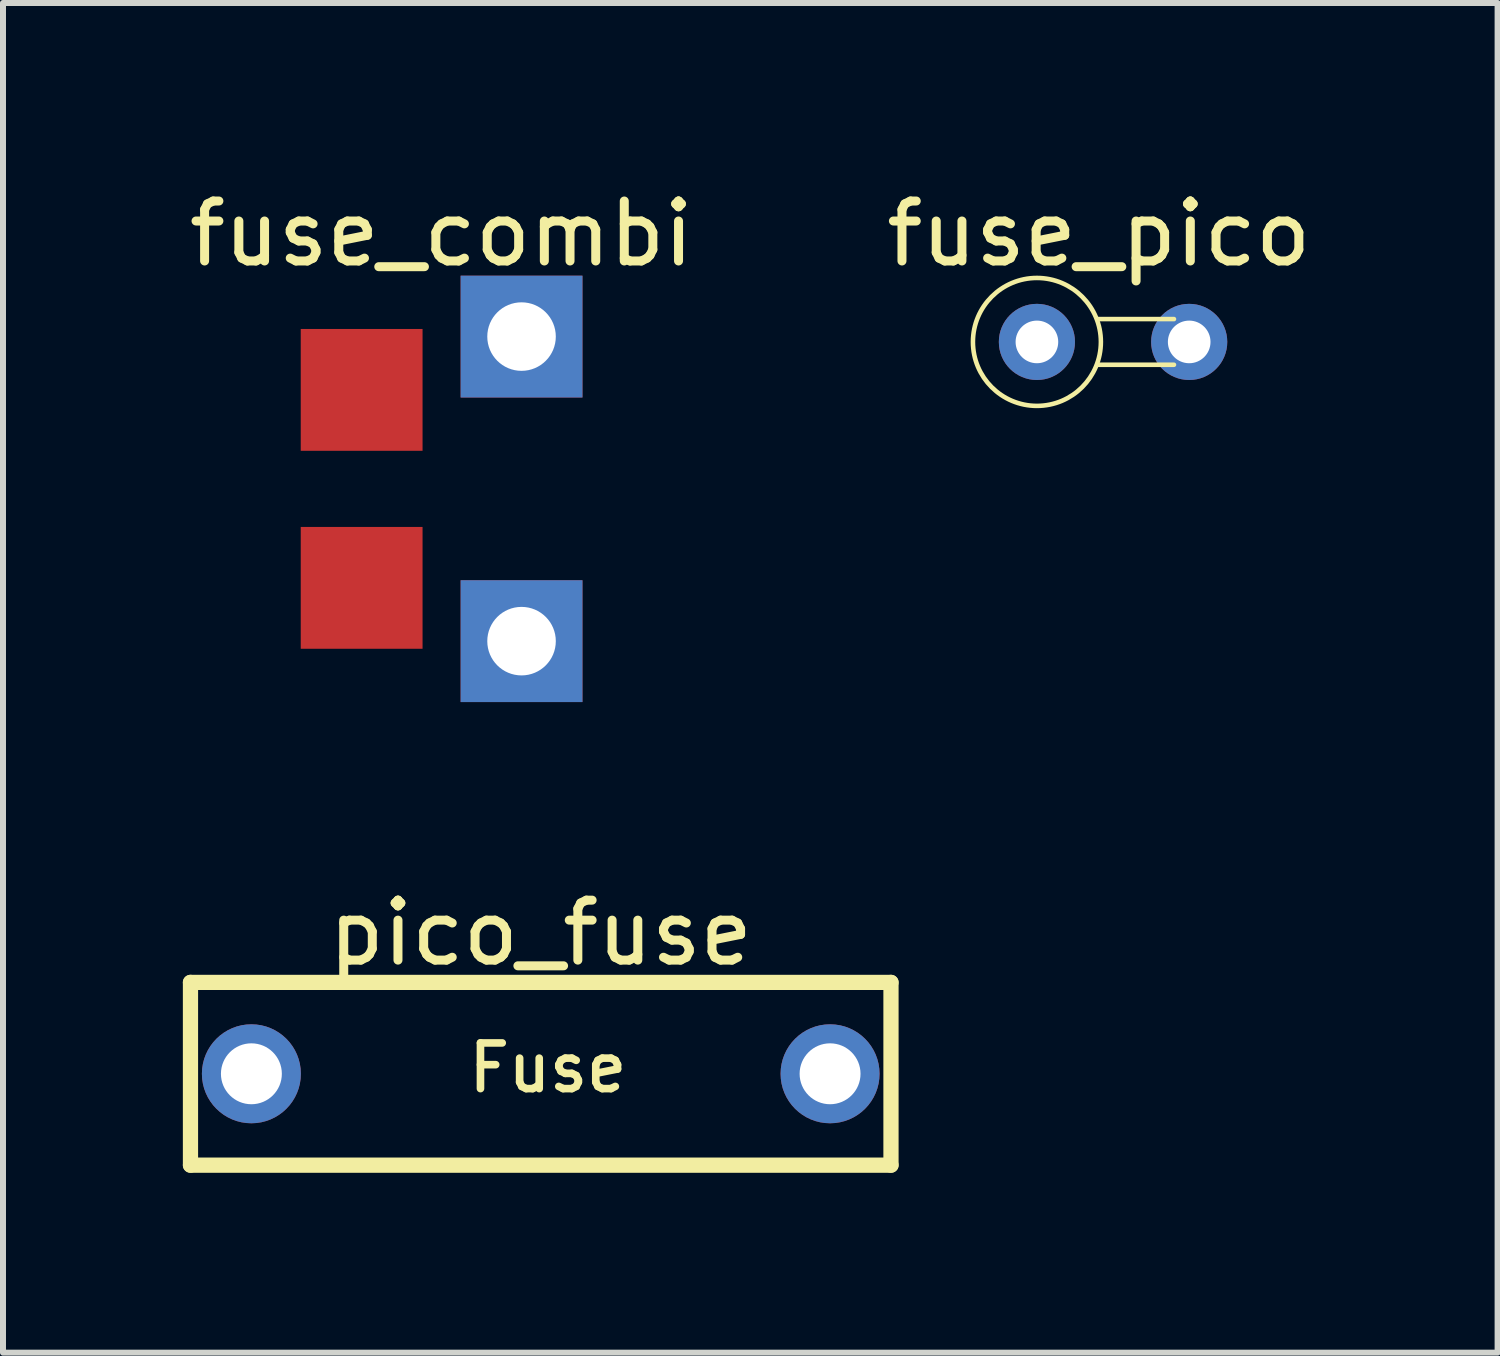
<source format=kicad_pcb>
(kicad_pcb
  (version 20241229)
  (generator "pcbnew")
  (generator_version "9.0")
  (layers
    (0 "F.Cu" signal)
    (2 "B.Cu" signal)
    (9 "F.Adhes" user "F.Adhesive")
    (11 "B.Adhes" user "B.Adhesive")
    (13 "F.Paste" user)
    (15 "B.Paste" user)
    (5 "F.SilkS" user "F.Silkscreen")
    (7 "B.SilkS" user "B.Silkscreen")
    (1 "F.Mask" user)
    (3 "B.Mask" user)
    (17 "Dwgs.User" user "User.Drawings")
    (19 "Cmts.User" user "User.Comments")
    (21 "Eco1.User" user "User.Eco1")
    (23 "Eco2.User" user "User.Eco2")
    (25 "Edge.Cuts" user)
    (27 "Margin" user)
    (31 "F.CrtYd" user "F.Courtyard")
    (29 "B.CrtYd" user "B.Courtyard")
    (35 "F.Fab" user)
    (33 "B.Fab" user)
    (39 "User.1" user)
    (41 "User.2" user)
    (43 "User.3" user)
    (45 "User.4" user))
  (footprint "fuse_pico"
    (layer "F.Cu")
    (at 14.245 2.653)
    (property "Reference" "fuse_pico" (at 1.035 -1.805 0) (layer "F.SilkS") (effects (font (size 1 1) (thickness 0.15))))
    (fp_line (start 1.016 -0.381) (end 2.286 -0.381) (stroke (width 0.076) (type solid)) (layer "F.SilkS"))
    (fp_line (start 1.016 0.381) (end 2.286 0.381) (stroke (width 0.076) (type solid)) (layer "F.SilkS"))
    (fp_circle (center 0 0) (end 0 -1.067) (stroke (width 0.076) (type solid)) (fill no) (layer "F.SilkS"))
    (pad "1" thru_hole circle (at 0 0) (size 1.27 1.27) (drill 0.711) (layers "*.Cu" "*.Mask"))
    (pad "2" thru_hole circle (at 2.54 0) (size 1.27 1.27) (drill 0.711) (layers "*.Cu" "*.Mask")))
  (footprint "pico_fuse"
    (layer "F.Cu")
    (at 6.731 14.86)
    (property "Reference" "pico_fuse" (at -0.762 -2.351 0) (layer "F.SilkS") (effects (font (size 1 1) (thickness 0.15))))
    (fp_line (start -6.604 -1.524) (end 5.08 -1.524) (stroke (width 0.254) (type solid)) (layer "F.SilkS"))
    (fp_line (start -6.604 1.524) (end -6.604 -1.524) (stroke (width 0.254) (type solid)) (layer "F.SilkS"))
    (fp_line (start -6.604 1.524) (end 5.08 1.524) (stroke (width 0.254) (type solid)) (layer "F.SilkS"))
    (fp_line (start 5.08 1.524) (end 5.08 -1.524) (stroke (width 0.254) (type solid)) (layer "F.SilkS"))
    (fp_text user "Fuse" (at -2.032 0.347 0) (unlocked yes) (layer "F.SilkS") (effects (font (size 0.762 0.762) (thickness 0.127)) (justify left bottom)))
    (pad "1" thru_hole circle (at -5.588 0) (size 1.651 1.651) (drill 1.016) (layers "*.Cu" "*.Mask"))
    (pad "2" thru_hole circle (at 4.064 0) (size 1.651 1.651) (drill 1.016) (layers "*.Cu" "*.Mask")))
  (footprint "fuse_combi"
    (layer "F.Cu")
    (at 2.982 5.104)
    (property "Reference" "fuse_combi" (at 1.333 -4.256 0) (layer "F.SilkS") (effects (font (size 1 1) (thickness 0.15))))
    (pad "1" smd rect (at 0 -1.651) (size 2.032 2.032) (layers "F.Cu" "F.Mask" "F.Paste"))
    (pad "1" thru_hole rect (at 2.667 -2.54) (size 2.032 2.032) (drill 1.143) (layers "*.Cu" "*.Mask"))
    (pad "2" smd rect (at 0 1.651) (size 2.032 2.032) (layers "F.Cu" "F.Mask" "F.Paste"))
    (pad "2" thru_hole rect (at 2.667 2.54) (size 2.032 2.032) (drill 1.143) (layers "*.Cu" "*.Mask")))
  (gr_rect
    (start -3 -3)
    (end 21.929 19.511)
    (stroke (width 0.1) (type default))
    (fill no)
    (layer "Edge.Cuts")))
</source>
